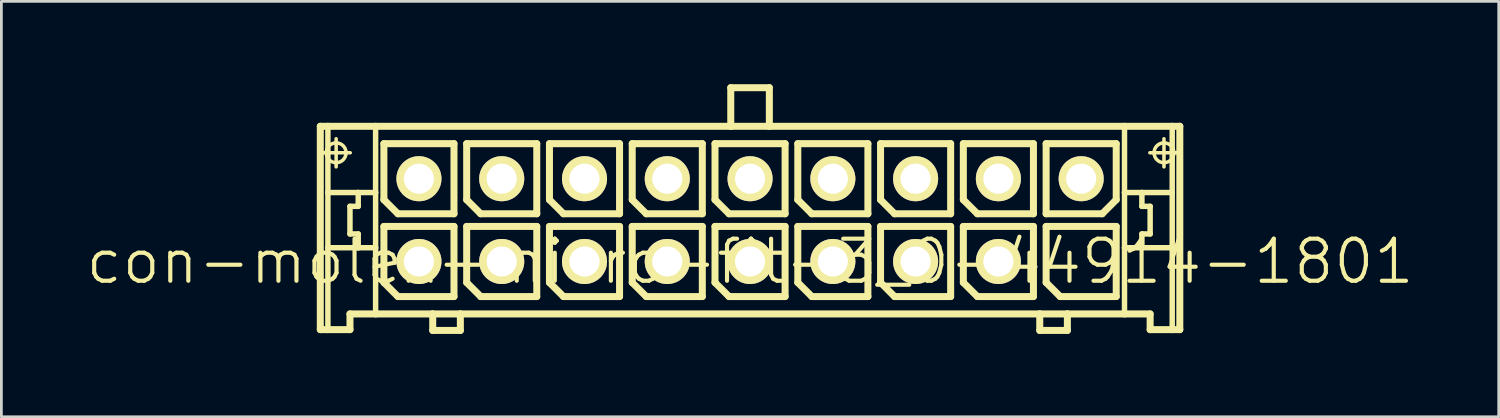
<source format=kicad_pcb>
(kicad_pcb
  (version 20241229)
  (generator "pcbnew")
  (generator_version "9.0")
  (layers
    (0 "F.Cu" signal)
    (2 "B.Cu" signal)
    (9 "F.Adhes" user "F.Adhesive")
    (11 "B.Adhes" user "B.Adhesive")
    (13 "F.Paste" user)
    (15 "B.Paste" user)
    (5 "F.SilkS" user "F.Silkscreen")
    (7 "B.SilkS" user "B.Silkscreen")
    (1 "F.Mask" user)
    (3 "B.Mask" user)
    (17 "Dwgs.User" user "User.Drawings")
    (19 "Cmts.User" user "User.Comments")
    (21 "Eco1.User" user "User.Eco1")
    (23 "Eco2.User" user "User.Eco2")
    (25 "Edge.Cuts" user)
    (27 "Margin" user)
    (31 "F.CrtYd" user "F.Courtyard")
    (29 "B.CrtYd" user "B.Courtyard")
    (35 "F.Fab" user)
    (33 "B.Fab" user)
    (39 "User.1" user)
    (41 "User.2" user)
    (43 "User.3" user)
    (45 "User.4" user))
  (footprint "con-molex-micro-fit-3_0-44914-1801"
    (layer "F.Cu")
    (at 24.13 6.426)
    (property "Reference" "con-molex-micro-fit-3_0-44914-1801" (at 0 0 0) (layer "F.SilkS") (effects (font (size 1.524 1.524) (thickness 0.15))))
    (attr exclude_from_pos_files exclude_from_bom)
    (fp_line (start -15.573 -4.9) (end -15.298 -4.9) (stroke (width 0.254) (type solid)) (layer "F.SilkS"))
    (fp_line (start -15.573 2.469) (end -15.573 -4.9) (stroke (width 0.254) (type solid)) (layer "F.SilkS"))
    (fp_line (start -15.509 -3.94) (end -14.488 -3.94) (stroke (width 0.127) (type solid)) (layer "F.SilkS"))
    (fp_line (start -15.298 -4.9) (end -13.569 -4.9) (stroke (width 0.254) (type solid)) (layer "F.SilkS"))
    (fp_line (start -15.298 -2.499) (end -15.298 -4.9) (stroke (width 0.198) (type solid)) (layer "F.SilkS"))
    (fp_line (start -15.298 -0.498) (end -15.298 -2.499) (stroke (width 0.198) (type solid)) (layer "F.SilkS"))
    (fp_line (start -15.298 2.469) (end -15.573 2.469) (stroke (width 0.254) (type solid)) (layer "F.SilkS"))
    (fp_line (start -15.298 2.469) (end -15.298 -0.498) (stroke (width 0.198) (type solid)) (layer "F.SilkS"))
    (fp_line (start -14.999 -3.429) (end -14.999 -4.448) (stroke (width 0.127) (type solid)) (layer "F.SilkS"))
    (fp_line (start -14.498 -1.999) (end -14.498 -0.998) (stroke (width 0.198) (type solid)) (layer "F.SilkS"))
    (fp_line (start -14.498 -0.998) (end -14.199 -0.998) (stroke (width 0.198) (type solid)) (layer "F.SilkS"))
    (fp_line (start -14.498 1.9) (end -14.498 2.469) (stroke (width 0.254) (type solid)) (layer "F.SilkS"))
    (fp_line (start -14.498 2.469) (end -15.298 2.469) (stroke (width 0.254) (type solid)) (layer "F.SilkS"))
    (fp_line (start -14.199 -2.499) (end -15.298 -2.499) (stroke (width 0.198) (type solid)) (layer "F.SilkS"))
    (fp_line (start -14.199 -2.499) (end -14.199 -1.999) (stroke (width 0.198) (type solid)) (layer "F.SilkS"))
    (fp_line (start -14.199 -1.999) (end -14.498 -1.999) (stroke (width 0.198) (type solid)) (layer "F.SilkS"))
    (fp_line (start -14.199 -0.998) (end -14.199 -0.498) (stroke (width 0.198) (type solid)) (layer "F.SilkS"))
    (fp_line (start -14.199 -0.498) (end -15.298 -0.498) (stroke (width 0.198) (type solid)) (layer "F.SilkS"))
    (fp_line (start -13.569 -4.9) (end -0.699 -4.9) (stroke (width 0.254) (type solid)) (layer "F.SilkS"))
    (fp_line (start -13.569 -2.499) (end -14.199 -2.499) (stroke (width 0.198) (type solid)) (layer "F.SilkS"))
    (fp_line (start -13.569 -2.499) (end -13.569 -4.9) (stroke (width 0.198) (type solid)) (layer "F.SilkS"))
    (fp_line (start -13.569 -0.498) (end -14.199 -0.498) (stroke (width 0.198) (type solid)) (layer "F.SilkS"))
    (fp_line (start -13.569 -0.498) (end -13.569 -2.499) (stroke (width 0.198) (type solid)) (layer "F.SilkS"))
    (fp_line (start -13.569 1.9) (end -14.498 1.9) (stroke (width 0.254) (type solid)) (layer "F.SilkS"))
    (fp_line (start -13.569 1.9) (end -13.569 -0.498) (stroke (width 0.198) (type solid)) (layer "F.SilkS"))
    (fp_line (start -13.269 -4.27) (end -10.729 -4.27) (stroke (width 0.254) (type solid)) (layer "F.SilkS"))
    (fp_line (start -13.269 -2.238) (end -13.269 -4.27) (stroke (width 0.254) (type solid)) (layer "F.SilkS"))
    (fp_line (start -13.269 -1.27) (end -10.729 -1.27) (stroke (width 0.254) (type solid)) (layer "F.SilkS"))
    (fp_line (start -13.269 0.762) (end -13.269 -1.27) (stroke (width 0.254) (type solid)) (layer "F.SilkS"))
    (fp_line (start -12.761 -1.73) (end -13.269 -2.238) (stroke (width 0.254) (type solid)) (layer "F.SilkS"))
    (fp_line (start -12.761 1.27) (end -13.269 0.762) (stroke (width 0.254) (type solid)) (layer "F.SilkS"))
    (fp_line (start -11.499 1.9) (end -13.569 1.9) (stroke (width 0.254) (type solid)) (layer "F.SilkS"))
    (fp_line (start -11.499 1.9) (end -11.499 2.499) (stroke (width 0.254) (type solid)) (layer "F.SilkS"))
    (fp_line (start -11.499 2.499) (end -10.498 2.499) (stroke (width 0.254) (type solid)) (layer "F.SilkS"))
    (fp_line (start -10.729 -4.27) (end -10.729 -1.73) (stroke (width 0.254) (type solid)) (layer "F.SilkS"))
    (fp_line (start -10.729 -1.73) (end -12.761 -1.73) (stroke (width 0.254) (type solid)) (layer "F.SilkS"))
    (fp_line (start -10.729 -1.27) (end -10.729 1.27) (stroke (width 0.254) (type solid)) (layer "F.SilkS"))
    (fp_line (start -10.729 1.27) (end -12.761 1.27) (stroke (width 0.254) (type solid)) (layer "F.SilkS"))
    (fp_line (start -10.498 1.9) (end -11.499 1.9) (stroke (width 0.254) (type solid)) (layer "F.SilkS"))
    (fp_line (start -10.498 2.499) (end -10.498 1.9) (stroke (width 0.254) (type solid)) (layer "F.SilkS"))
    (fp_line (start -10.269 -4.27) (end -7.729 -4.27) (stroke (width 0.254) (type solid)) (layer "F.SilkS"))
    (fp_line (start -10.269 -2.238) (end -10.269 -4.27) (stroke (width 0.254) (type solid)) (layer "F.SilkS"))
    (fp_line (start -10.269 -1.27) (end -7.729 -1.27) (stroke (width 0.254) (type solid)) (layer "F.SilkS"))
    (fp_line (start -10.269 0.762) (end -10.269 -1.27) (stroke (width 0.254) (type solid)) (layer "F.SilkS"))
    (fp_line (start -9.761 -1.73) (end -10.269 -2.238) (stroke (width 0.254) (type solid)) (layer "F.SilkS"))
    (fp_line (start -9.761 1.27) (end -10.269 0.762) (stroke (width 0.254) (type solid)) (layer "F.SilkS"))
    (fp_line (start -7.729 -4.27) (end -7.729 -1.73) (stroke (width 0.254) (type solid)) (layer "F.SilkS"))
    (fp_line (start -7.729 -1.73) (end -9.761 -1.73) (stroke (width 0.254) (type solid)) (layer "F.SilkS"))
    (fp_line (start -7.729 -1.27) (end -7.729 1.27) (stroke (width 0.254) (type solid)) (layer "F.SilkS"))
    (fp_line (start -7.729 1.27) (end -9.761 1.27) (stroke (width 0.254) (type solid)) (layer "F.SilkS"))
    (fp_line (start -7.269 -4.27) (end -4.729 -4.27) (stroke (width 0.254) (type solid)) (layer "F.SilkS"))
    (fp_line (start -7.269 -2.238) (end -7.269 -4.27) (stroke (width 0.254) (type solid)) (layer "F.SilkS"))
    (fp_line (start -7.269 -1.27) (end -4.729 -1.27) (stroke (width 0.254) (type solid)) (layer "F.SilkS"))
    (fp_line (start -7.269 0.762) (end -7.269 -1.27) (stroke (width 0.254) (type solid)) (layer "F.SilkS"))
    (fp_line (start -6.761 -1.73) (end -7.269 -2.238) (stroke (width 0.254) (type solid)) (layer "F.SilkS"))
    (fp_line (start -6.761 1.27) (end -7.269 0.762) (stroke (width 0.254) (type solid)) (layer "F.SilkS"))
    (fp_line (start -4.729 -4.27) (end -4.729 -1.73) (stroke (width 0.254) (type solid)) (layer "F.SilkS"))
    (fp_line (start -4.729 -1.73) (end -6.761 -1.73) (stroke (width 0.254) (type solid)) (layer "F.SilkS"))
    (fp_line (start -4.729 -1.27) (end -4.729 1.27) (stroke (width 0.254) (type solid)) (layer "F.SilkS"))
    (fp_line (start -4.729 1.27) (end -6.761 1.27) (stroke (width 0.254) (type solid)) (layer "F.SilkS"))
    (fp_line (start -4.27 -4.27) (end -1.73 -4.27) (stroke (width 0.254) (type solid)) (layer "F.SilkS"))
    (fp_line (start -4.27 -2.238) (end -4.27 -4.27) (stroke (width 0.254) (type solid)) (layer "F.SilkS"))
    (fp_line (start -4.27 -1.27) (end -1.73 -1.27) (stroke (width 0.254) (type solid)) (layer "F.SilkS"))
    (fp_line (start -4.27 0.762) (end -4.27 -1.27) (stroke (width 0.254) (type solid)) (layer "F.SilkS"))
    (fp_line (start -3.762 -1.73) (end -4.27 -2.238) (stroke (width 0.254) (type solid)) (layer "F.SilkS"))
    (fp_line (start -3.762 1.27) (end -4.27 0.762) (stroke (width 0.254) (type solid)) (layer "F.SilkS"))
    (fp_line (start -1.73 -4.27) (end -1.73 -1.73) (stroke (width 0.254) (type solid)) (layer "F.SilkS"))
    (fp_line (start -1.73 -1.73) (end -3.762 -1.73) (stroke (width 0.254) (type solid)) (layer "F.SilkS"))
    (fp_line (start -1.73 -1.27) (end -1.73 1.27) (stroke (width 0.254) (type solid)) (layer "F.SilkS"))
    (fp_line (start -1.73 1.27) (end -3.762 1.27) (stroke (width 0.254) (type solid)) (layer "F.SilkS"))
    (fp_line (start -1.27 -4.27) (end 1.27 -4.27) (stroke (width 0.254) (type solid)) (layer "F.SilkS"))
    (fp_line (start -1.27 -2.238) (end -1.27 -4.27) (stroke (width 0.254) (type solid)) (layer "F.SilkS"))
    (fp_line (start -1.27 -1.27) (end 1.27 -1.27) (stroke (width 0.254) (type solid)) (layer "F.SilkS"))
    (fp_line (start -1.27 0.762) (end -1.27 -1.27) (stroke (width 0.254) (type solid)) (layer "F.SilkS"))
    (fp_line (start -0.762 -1.73) (end -1.27 -2.238) (stroke (width 0.254) (type solid)) (layer "F.SilkS"))
    (fp_line (start -0.762 1.27) (end -1.27 0.762) (stroke (width 0.254) (type solid)) (layer "F.SilkS"))
    (fp_line (start -0.699 -6.299) (end -0.699 -4.9) (stroke (width 0.254) (type solid)) (layer "F.SilkS"))
    (fp_line (start -0.699 -6.299) (end 0.699 -6.299) (stroke (width 0.254) (type solid)) (layer "F.SilkS"))
    (fp_line (start -0.699 -4.9) (end 0.699 -4.9) (stroke (width 0.254) (type solid)) (layer "F.SilkS"))
    (fp_line (start 0.699 -6.299) (end 0.699 -4.9) (stroke (width 0.254) (type solid)) (layer "F.SilkS"))
    (fp_line (start 0.699 -4.9) (end 13.569 -4.9) (stroke (width 0.254) (type solid)) (layer "F.SilkS"))
    (fp_line (start 1.27 -4.27) (end 1.27 -1.73) (stroke (width 0.254) (type solid)) (layer "F.SilkS"))
    (fp_line (start 1.27 -1.73) (end -0.762 -1.73) (stroke (width 0.254) (type solid)) (layer "F.SilkS"))
    (fp_line (start 1.27 -1.27) (end 1.27 1.27) (stroke (width 0.254) (type solid)) (layer "F.SilkS"))
    (fp_line (start 1.27 1.27) (end -0.762 1.27) (stroke (width 0.254) (type solid)) (layer "F.SilkS"))
    (fp_line (start 1.73 -4.27) (end 4.27 -4.27) (stroke (width 0.254) (type solid)) (layer "F.SilkS"))
    (fp_line (start 1.73 -2.238) (end 1.73 -4.27) (stroke (width 0.254) (type solid)) (layer "F.SilkS"))
    (fp_line (start 1.73 -1.27) (end 4.27 -1.27) (stroke (width 0.254) (type solid)) (layer "F.SilkS"))
    (fp_line (start 1.73 0.762) (end 1.73 -1.27) (stroke (width 0.254) (type solid)) (layer "F.SilkS"))
    (fp_line (start 2.238 -1.73) (end 1.73 -2.238) (stroke (width 0.254) (type solid)) (layer "F.SilkS"))
    (fp_line (start 2.238 1.27) (end 1.73 0.762) (stroke (width 0.254) (type solid)) (layer "F.SilkS"))
    (fp_line (start 4.27 -4.27) (end 4.27 -1.73) (stroke (width 0.254) (type solid)) (layer "F.SilkS"))
    (fp_line (start 4.27 -1.73) (end 2.238 -1.73) (stroke (width 0.254) (type solid)) (layer "F.SilkS"))
    (fp_line (start 4.27 -1.27) (end 4.27 1.27) (stroke (width 0.254) (type solid)) (layer "F.SilkS"))
    (fp_line (start 4.27 1.27) (end 2.238 1.27) (stroke (width 0.254) (type solid)) (layer "F.SilkS"))
    (fp_line (start 4.729 -4.27) (end 7.269 -4.27) (stroke (width 0.254) (type solid)) (layer "F.SilkS"))
    (fp_line (start 4.729 -2.238) (end 4.729 -4.27) (stroke (width 0.254) (type solid)) (layer "F.SilkS"))
    (fp_line (start 4.729 -1.27) (end 7.269 -1.27) (stroke (width 0.254) (type solid)) (layer "F.SilkS"))
    (fp_line (start 4.729 0.762) (end 4.729 -1.27) (stroke (width 0.254) (type solid)) (layer "F.SilkS"))
    (fp_line (start 5.237 -1.73) (end 4.729 -2.238) (stroke (width 0.254) (type solid)) (layer "F.SilkS"))
    (fp_line (start 5.237 1.27) (end 4.729 0.762) (stroke (width 0.254) (type solid)) (layer "F.SilkS"))
    (fp_line (start 7.269 -4.27) (end 7.269 -1.73) (stroke (width 0.254) (type solid)) (layer "F.SilkS"))
    (fp_line (start 7.269 -1.73) (end 5.237 -1.73) (stroke (width 0.254) (type solid)) (layer "F.SilkS"))
    (fp_line (start 7.269 -1.27) (end 7.269 1.27) (stroke (width 0.254) (type solid)) (layer "F.SilkS"))
    (fp_line (start 7.269 1.27) (end 5.237 1.27) (stroke (width 0.254) (type solid)) (layer "F.SilkS"))
    (fp_line (start 7.729 -4.27) (end 10.269 -4.27) (stroke (width 0.254) (type solid)) (layer "F.SilkS"))
    (fp_line (start 7.729 -2.238) (end 7.729 -4.27) (stroke (width 0.254) (type solid)) (layer "F.SilkS"))
    (fp_line (start 7.729 -1.27) (end 10.269 -1.27) (stroke (width 0.254) (type solid)) (layer "F.SilkS"))
    (fp_line (start 7.729 0.762) (end 7.729 -1.27) (stroke (width 0.254) (type solid)) (layer "F.SilkS"))
    (fp_line (start 8.237 -1.73) (end 7.729 -2.238) (stroke (width 0.254) (type solid)) (layer "F.SilkS"))
    (fp_line (start 8.237 1.27) (end 7.729 0.762) (stroke (width 0.254) (type solid)) (layer "F.SilkS"))
    (fp_line (start 10.269 -4.27) (end 10.269 -1.73) (stroke (width 0.254) (type solid)) (layer "F.SilkS"))
    (fp_line (start 10.269 -1.73) (end 8.237 -1.73) (stroke (width 0.254) (type solid)) (layer "F.SilkS"))
    (fp_line (start 10.269 -1.27) (end 10.269 1.27) (stroke (width 0.254) (type solid)) (layer "F.SilkS"))
    (fp_line (start 10.269 1.27) (end 8.237 1.27) (stroke (width 0.254) (type solid)) (layer "F.SilkS"))
    (fp_line (start 10.498 1.9) (end -10.498 1.9) (stroke (width 0.254) (type solid)) (layer "F.SilkS"))
    (fp_line (start 10.498 1.9) (end 10.498 2.499) (stroke (width 0.254) (type solid)) (layer "F.SilkS"))
    (fp_line (start 10.498 2.499) (end 11.499 2.499) (stroke (width 0.254) (type solid)) (layer "F.SilkS"))
    (fp_line (start 10.729 -4.27) (end 10.729 -1.73) (stroke (width 0.254) (type solid)) (layer "F.SilkS"))
    (fp_line (start 10.729 -1.73) (end 12.761 -1.73) (stroke (width 0.254) (type solid)) (layer "F.SilkS"))
    (fp_line (start 10.729 -1.27) (end 13.269 -1.27) (stroke (width 0.254) (type solid)) (layer "F.SilkS"))
    (fp_line (start 10.729 0.762) (end 10.729 -1.27) (stroke (width 0.254) (type solid)) (layer "F.SilkS"))
    (fp_line (start 11.237 1.27) (end 10.729 0.762) (stroke (width 0.254) (type solid)) (layer "F.SilkS"))
    (fp_line (start 11.499 1.9) (end 10.498 1.9) (stroke (width 0.254) (type solid)) (layer "F.SilkS"))
    (fp_line (start 11.499 2.499) (end 11.499 1.9) (stroke (width 0.254) (type solid)) (layer "F.SilkS"))
    (fp_line (start 12.761 -1.73) (end 13.269 -2.238) (stroke (width 0.254) (type solid)) (layer "F.SilkS"))
    (fp_line (start 13.269 -4.27) (end 10.729 -4.27) (stroke (width 0.254) (type solid)) (layer "F.SilkS"))
    (fp_line (start 13.269 -2.238) (end 13.269 -4.27) (stroke (width 0.254) (type solid)) (layer "F.SilkS"))
    (fp_line (start 13.269 -1.27) (end 13.269 1.27) (stroke (width 0.254) (type solid)) (layer "F.SilkS"))
    (fp_line (start 13.269 1.27) (end 11.237 1.27) (stroke (width 0.254) (type solid)) (layer "F.SilkS"))
    (fp_line (start 13.569 -4.9) (end 13.569 -2.499) (stroke (width 0.198) (type solid)) (layer "F.SilkS"))
    (fp_line (start 13.569 -4.9) (end 15.298 -4.9) (stroke (width 0.254) (type solid)) (layer "F.SilkS"))
    (fp_line (start 13.569 -2.499) (end 13.569 -0.498) (stroke (width 0.198) (type solid)) (layer "F.SilkS"))
    (fp_line (start 13.569 -2.499) (end 14.199 -2.499) (stroke (width 0.198) (type solid)) (layer "F.SilkS"))
    (fp_line (start 13.569 -0.498) (end 13.569 1.9) (stroke (width 0.198) (type solid)) (layer "F.SilkS"))
    (fp_line (start 13.569 -0.498) (end 14.199 -0.498) (stroke (width 0.198) (type solid)) (layer "F.SilkS"))
    (fp_line (start 13.569 1.9) (end 11.499 1.9) (stroke (width 0.254) (type solid)) (layer "F.SilkS"))
    (fp_line (start 14.199 -2.499) (end 14.199 -1.999) (stroke (width 0.198) (type solid)) (layer "F.SilkS"))
    (fp_line (start 14.199 -2.499) (end 15.298 -2.499) (stroke (width 0.198) (type solid)) (layer "F.SilkS"))
    (fp_line (start 14.199 -1.999) (end 14.498 -1.999) (stroke (width 0.198) (type solid)) (layer "F.SilkS"))
    (fp_line (start 14.199 -0.998) (end 14.199 -0.498) (stroke (width 0.198) (type solid)) (layer "F.SilkS"))
    (fp_line (start 14.199 -0.498) (end 15.298 -0.498) (stroke (width 0.198) (type solid)) (layer "F.SilkS"))
    (fp_line (start 14.488 -3.94) (end 15.509 -3.94) (stroke (width 0.127) (type solid)) (layer "F.SilkS"))
    (fp_line (start 14.498 -1.999) (end 14.498 -0.998) (stroke (width 0.198) (type solid)) (layer "F.SilkS"))
    (fp_line (start 14.498 -0.998) (end 14.199 -0.998) (stroke (width 0.198) (type solid)) (layer "F.SilkS"))
    (fp_line (start 14.498 1.9) (end 13.569 1.9) (stroke (width 0.254) (type solid)) (layer "F.SilkS"))
    (fp_line (start 14.498 2.469) (end 14.498 1.9) (stroke (width 0.254) (type solid)) (layer "F.SilkS"))
    (fp_line (start 14.498 2.469) (end 15.298 2.469) (stroke (width 0.254) (type solid)) (layer "F.SilkS"))
    (fp_line (start 14.999 -3.429) (end 14.999 -4.448) (stroke (width 0.127) (type solid)) (layer "F.SilkS"))
    (fp_line (start 15.298 -4.9) (end 15.573 -4.9) (stroke (width 0.254) (type solid)) (layer "F.SilkS"))
    (fp_line (start 15.298 -2.499) (end 15.298 -4.9) (stroke (width 0.198) (type solid)) (layer "F.SilkS"))
    (fp_line (start 15.298 -0.498) (end 15.298 -2.499) (stroke (width 0.198) (type solid)) (layer "F.SilkS"))
    (fp_line (start 15.298 2.469) (end 15.298 -0.498) (stroke (width 0.198) (type solid)) (layer "F.SilkS"))
    (fp_line (start 15.298 2.469) (end 15.573 2.469) (stroke (width 0.254) (type solid)) (layer "F.SilkS"))
    (fp_line (start 15.573 -4.9) (end 15.573 2.469) (stroke (width 0.254) (type solid)) (layer "F.SilkS"))
    (fp_circle (center -14.999 -3.94) (end -15.253 -4.194) (stroke (width 0.127) (type solid)) (fill no) (layer "F.SilkS"))
    (fp_circle (center 14.999 -3.94) (end 15.253 -4.194) (stroke (width 0.127) (type solid)) (fill no) (layer "F.SilkS"))
    (pad "P$1" thru_hole rect (at 11.999 0) (size 0.001 0.001) (drill 1.09) (layers "*.Cu" "F.Mask" "F.SilkS" "F.Paste"))
    (pad "P$2" thru_hole circle (at 8.999 0) (size 1.633 1.633) (drill 1.09) (layers "*.Cu" "F.Mask" "F.SilkS" "F.Paste"))
    (pad "P$3" thru_hole circle (at 5.999 0) (size 1.633 1.633) (drill 1.09) (layers "*.Cu" "F.Mask" "F.SilkS" "F.Paste"))
    (pad "P$4" thru_hole circle (at 3 0) (size 1.633 1.633) (drill 1.09) (layers "*.Cu" "F.Mask" "F.SilkS" "F.Paste"))
    (pad "P$5" thru_hole circle (at 0 0) (size 1.633 1.633) (drill 1.09) (layers "*.Cu" "F.Mask" "F.SilkS" "F.Paste"))
    (pad "P$6" thru_hole circle (at -3 0) (size 1.633 1.633) (drill 1.09) (layers "*.Cu" "F.Mask" "F.SilkS" "F.Paste"))
    (pad "P$7" thru_hole circle (at -5.999 0) (size 1.633 1.633) (drill 1.09) (layers "*.Cu" "F.Mask" "F.SilkS" "F.Paste"))
    (pad "P$8" thru_hole circle (at -8.999 0) (size 1.633 1.633) (drill 1.09) (layers "*.Cu" "F.Mask" "F.SilkS" "F.Paste"))
    (pad "P$9" thru_hole circle (at -11.999 0) (size 1.633 1.633) (drill 1.09) (layers "*.Cu" "F.Mask" "F.SilkS" "F.Paste"))
    (pad "P$10" thru_hole circle (at 11.999 -3) (size 1.633 1.633) (drill 1.09) (layers "*.Cu" "F.Mask" "F.SilkS" "F.Paste"))
    (pad "P$11" thru_hole circle (at 8.999 -3) (size 1.633 1.633) (drill 1.09) (layers "*.Cu" "F.Mask" "F.SilkS" "F.Paste"))
    (pad "P$12" thru_hole circle (at 5.999 -3) (size 1.633 1.633) (drill 1.09) (layers "*.Cu" "F.Mask" "F.SilkS" "F.Paste"))
    (pad "P$13" thru_hole circle (at 3 -3) (size 1.633 1.633) (drill 1.09) (layers "*.Cu" "F.Mask" "F.SilkS" "F.Paste"))
    (pad "P$14" thru_hole circle (at 0 -3) (size 1.633 1.633) (drill 1.09) (layers "*.Cu" "F.Mask" "F.SilkS" "F.Paste"))
    (pad "P$15" thru_hole circle (at -3 -3) (size 1.633 1.633) (drill 1.09) (layers "*.Cu" "F.Mask" "F.SilkS" "F.Paste"))
    (pad "P$16" thru_hole circle (at -5.999 -3) (size 1.633 1.633) (drill 1.09) (layers "*.Cu" "F.Mask" "F.SilkS" "F.Paste"))
    (pad "P$17" thru_hole circle (at -8.999 -3) (size 1.633 1.633) (drill 1.09) (layers "*.Cu" "F.Mask" "F.SilkS" "F.Paste"))
    (pad "P$18" thru_hole circle (at -11.999 -3) (size 1.633 1.633) (drill 1.09) (layers "*.Cu" "F.Mask" "F.SilkS" "F.Paste")))
  (gr_rect
    (start -3 -3)
    (end 51.26 12.053)
    (stroke (width 0.1) (type default))
    (fill no)
    (layer "Edge.Cuts")))
</source>
